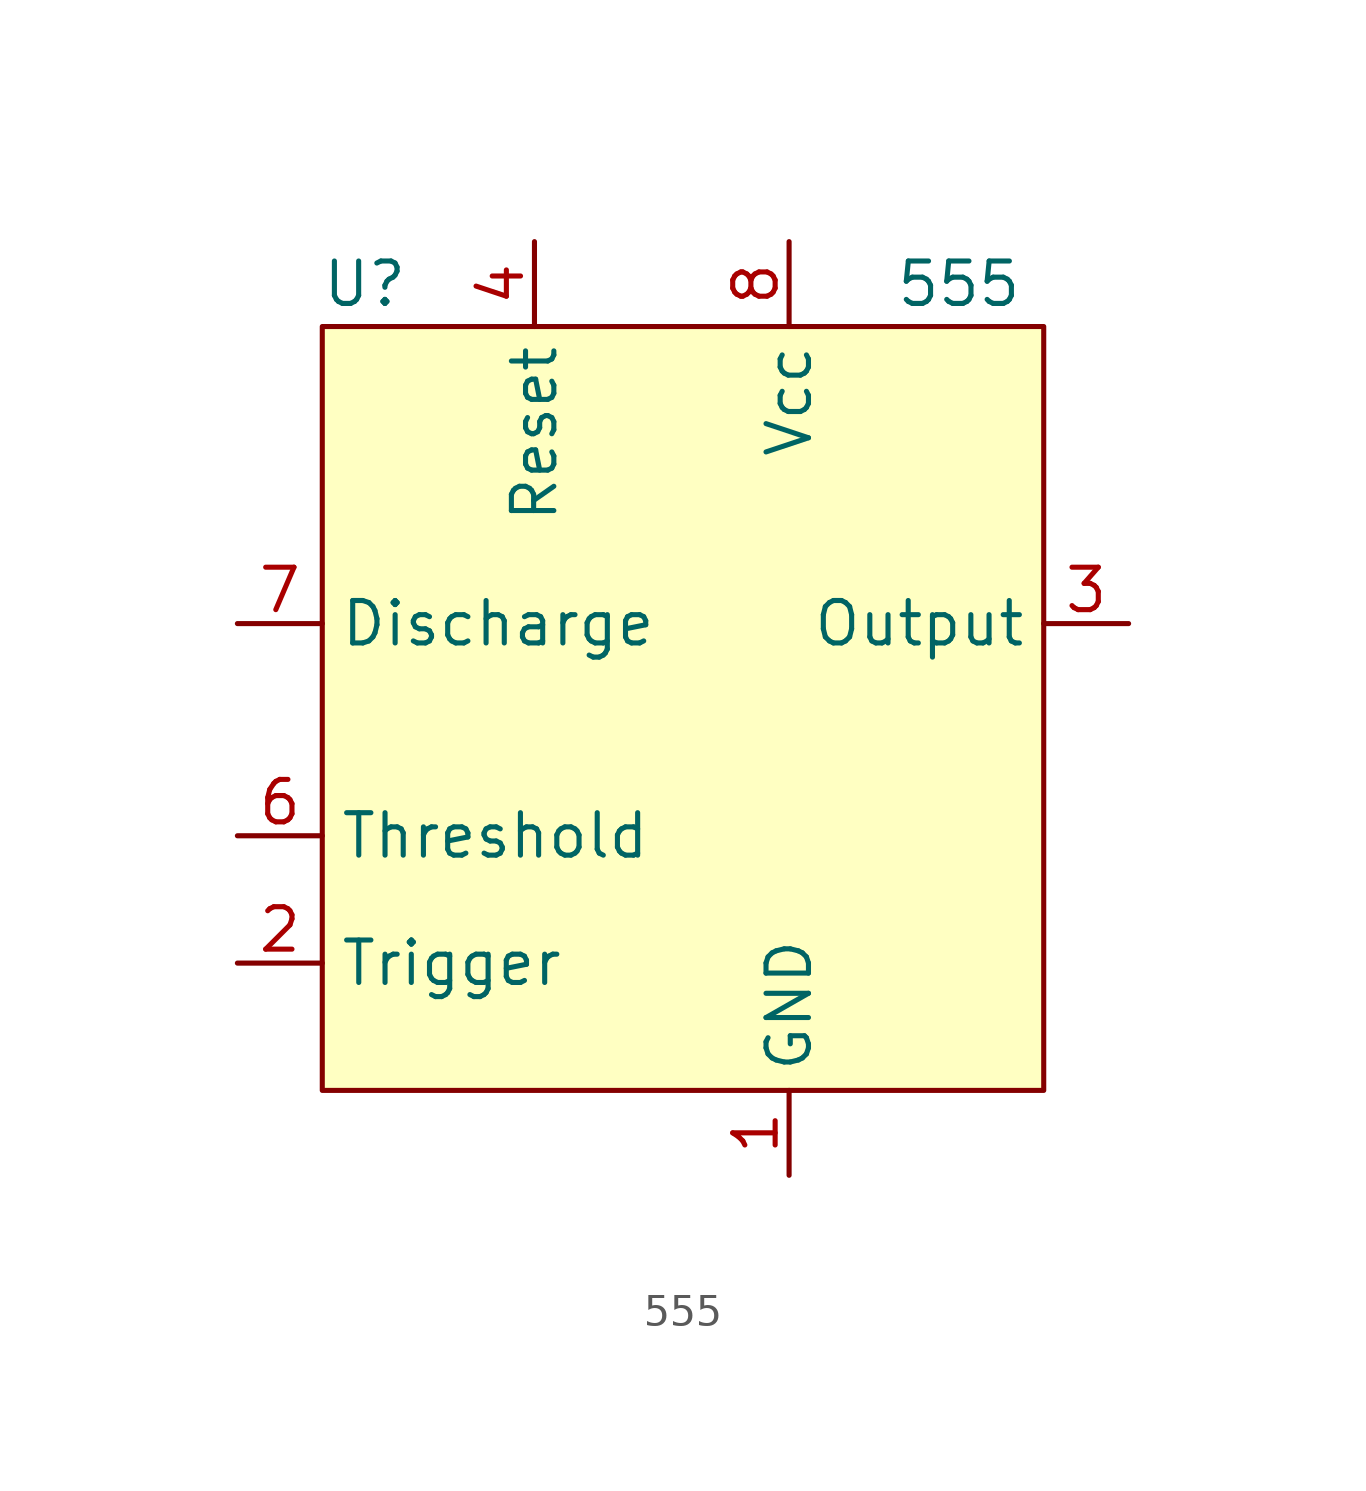
<source format=kicad_sym>
(kicad_symbol_lib
  (version 20211014)
  (generator kicad_symbol_editor)
  (symbol "555"
    (property "Reference" "U"
      (at -8.89 10.16 0)
      (effects (font (size 1.27 1.27))))
    (property "Value" "555"
      (at 8.89 10.16 0)
      (effects (font (size 1.27 1.27))))
    (symbol "555_0_1"
      (rectangle (start -10.16 8.89) (end 11.43 -13.97) (stroke (width 0.152) (type default) (color 0 0 0 0)) (fill (type background))))
    (symbol "555_1_1"
      (pin input line (at 3.81 -16.51 90) (length 2.54) (name "GND" (effects (font (size 1.27 1.27)))) (number "1" (effects (font (size 1.27 1.27)))))
      (pin input line (at -12.7 -10.16 0) (length 2.54) (name "Trigger" (effects (font (size 1.27 1.27)))) (number "2" (effects (font (size 1.27 1.27)))))
      (pin input line (at 13.97 0 180) (length 2.54) (name "Output" (effects (font (size 1.27 1.27)))) (number "3" (effects (font (size 1.27 1.27)))))
      (pin input line (at -3.81 11.43 270) (length 2.54) (name "Reset" (effects (font (size 1.27 1.27)))) (number "4" (effects (font (size 1.27 1.27)))))
      (pin input line (at -12.7 -6.35 0) (length 2.54) (name "Threshold" (effects (font (size 1.27 1.27)))) (number "6" (effects (font (size 1.27 1.27)))))
      (pin input line (at -12.7 0 0) (length 2.54) (name "Discharge" (effects (font (size 1.27 1.27)))) (number "7" (effects (font (size 1.27 1.27)))))
      (pin input line (at 3.81 11.43 270) (length 2.54) (name "Vcc" (effects (font (size 1.27 1.27)))) (number "8" (effects (font (size 1.27 1.27))))))))
</source>
